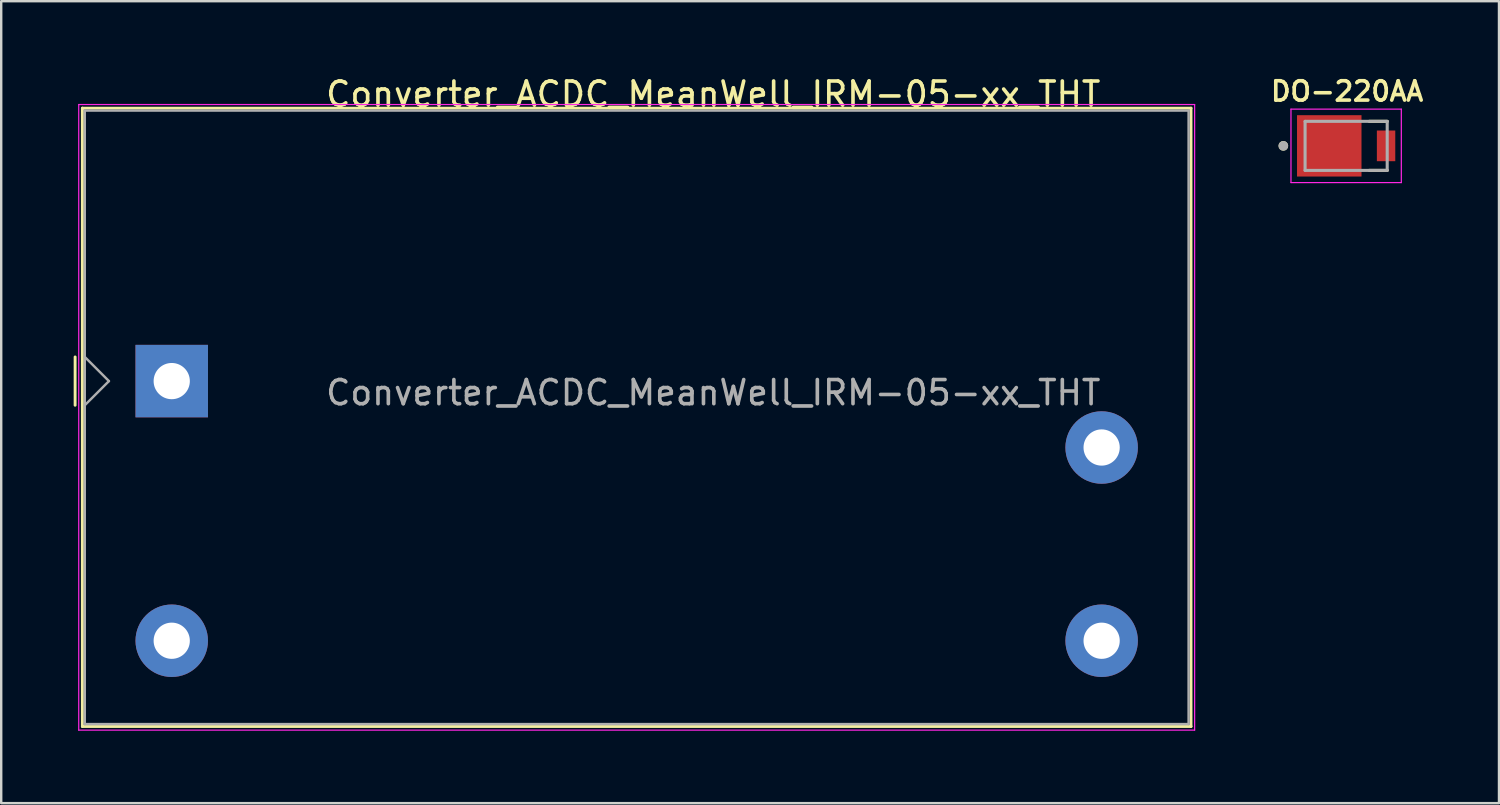
<source format=kicad_pcb>
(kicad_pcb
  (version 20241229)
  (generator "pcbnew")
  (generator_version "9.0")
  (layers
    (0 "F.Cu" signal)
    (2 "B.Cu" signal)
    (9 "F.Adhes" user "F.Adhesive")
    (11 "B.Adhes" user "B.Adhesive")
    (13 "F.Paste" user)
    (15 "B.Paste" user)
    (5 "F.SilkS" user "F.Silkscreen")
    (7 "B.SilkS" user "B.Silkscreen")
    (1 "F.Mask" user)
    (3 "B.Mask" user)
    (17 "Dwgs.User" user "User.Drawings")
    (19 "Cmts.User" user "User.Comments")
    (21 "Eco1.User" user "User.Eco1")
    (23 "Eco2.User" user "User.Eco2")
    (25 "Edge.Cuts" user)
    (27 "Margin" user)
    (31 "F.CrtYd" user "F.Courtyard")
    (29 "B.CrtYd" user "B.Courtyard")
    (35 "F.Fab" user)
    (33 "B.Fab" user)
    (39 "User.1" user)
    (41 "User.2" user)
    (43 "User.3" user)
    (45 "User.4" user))
  (footprint "DO-220AA"
    (layer "F.Cu")
    (at 52.683 2.989)
    (property "Reference" "DO-220AA" (at 0.04 -2.258 0) (layer "F.SilkS") (effects (font (size 0.8 0.8) (thickness 0.15))))
    (attr through_hole)
    (fp_line (start 0.957 1.015) (end 1.7 1.015) (stroke (width 0.127) (type solid)) (layer "F.SilkS"))
    (fp_line (start 1.7 -1.015) (end 0.957 -1.015) (stroke (width 0.127) (type solid)) (layer "F.SilkS"))
    (fp_circle (center -2.6 0) (end -2.5 0) (stroke (width 0.2) (type solid)) (fill no) (layer "F.SilkS"))
    (fp_poly (pts (xy -2.035 -0.6) (xy -2.035 0.45) (xy -2.035 0.6) (xy -1.4 0.6) (xy -1.4 1.015) (xy 0.55 1.015) (xy 0.55 -1.015) (xy -1.4 -1.015) (xy -1.4 -0.6)) (stroke (width 0.01) (type solid)) (fill yes) (layer "F.Paste"))
    (fp_line (start -2.284 -1.52) (end 2.284 -1.52) (stroke (width 0.05) (type solid)) (layer "F.CrtYd"))
    (fp_line (start -2.284 1.52) (end -2.284 -1.52) (stroke (width 0.05) (type solid)) (layer "F.CrtYd"))
    (fp_line (start 2.284 -1.52) (end 2.284 1.52) (stroke (width 0.05) (type solid)) (layer "F.CrtYd"))
    (fp_line (start 2.284 1.52) (end -2.284 1.52) (stroke (width 0.05) (type solid)) (layer "F.CrtYd"))
    (fp_line (start -1.7 -1.015) (end -1.7 1.015) (stroke (width 0.127) (type solid)) (layer "F.Fab"))
    (fp_line (start -1.7 1.015) (end 1.7 1.015) (stroke (width 0.127) (type solid)) (layer "F.Fab"))
    (fp_line (start 1.7 -1.015) (end -1.7 -1.015) (stroke (width 0.127) (type solid)) (layer "F.Fab"))
    (fp_line (start 1.7 1.015) (end 1.7 -1.015) (stroke (width 0.127) (type solid)) (layer "F.Fab"))
    (fp_circle (center -2.6 0) (end -2.5 0) (stroke (width 0.2) (type solid)) (fill no) (layer "F.Fab"))
    (pad "1" smd rect (at -0.699 0) (size 2.67 2.54) (layers "F.Cu" "F.Mask"))
    (pad "2" smd rect (at 1.653 0) (size 0.762 1.27) (layers "F.Cu" "F.Mask" "F.Paste")))
  (footprint "Converter_ACDC_MeanWell_IRM-05-xx_THT"
    (layer "F.Cu")
    (at 4.06 12.728)
    (property "Reference" "Converter_ACDC_MeanWell_IRM-05-xx_THT" (at 22.42 -11.88 0) (layer "F.SilkS") (effects (font (size 1 1) (thickness 0.15))))
    (attr through_hole)
    (fp_line (start -4 -1) (end -4 1) (stroke (width 0.12) (type solid)) (layer "F.SilkS"))
    (fp_line (start -3.7 -11.3) (end -3.7 14.3) (stroke (width 0.12) (type solid)) (layer "F.SilkS"))
    (fp_line (start -3.7 -11.3) (end 42.2 -11.3) (stroke (width 0.12) (type solid)) (layer "F.SilkS"))
    (fp_line (start -3.7 14.3) (end 42.2 14.3) (stroke (width 0.12) (type solid)) (layer "F.SilkS"))
    (fp_line (start 42.2 -11.3) (end 42.2 14.3) (stroke (width 0.12) (type solid)) (layer "F.SilkS"))
    (fp_line (start -3.85 -11.45) (end -3.85 14.45) (stroke (width 0.05) (type solid)) (layer "F.CrtYd"))
    (fp_line (start -3.85 -11.45) (end 42.35 -11.45) (stroke (width 0.05) (type solid)) (layer "F.CrtYd"))
    (fp_line (start -3.85 14.45) (end 42.35 14.45) (stroke (width 0.05) (type solid)) (layer "F.CrtYd"))
    (fp_line (start 42.35 -11.45) (end 42.35 14.45) (stroke (width 0.05) (type solid)) (layer "F.CrtYd"))
    (fp_line (start -3.6 -11.2) (end -3.6 14.2) (stroke (width 0.1) (type solid)) (layer "F.Fab"))
    (fp_line (start -3.6 14.2) (end 42.1 14.2) (stroke (width 0.1) (type solid)) (layer "F.Fab"))
    (fp_line (start -2.6 0) (end -3.6 -1) (stroke (width 0.1) (type solid)) (layer "F.Fab"))
    (fp_line (start -2.6 0) (end -3.6 1) (stroke (width 0.1) (type solid)) (layer "F.Fab"))
    (fp_line (start 42.1 -11.2) (end -3.6 -11.2) (stroke (width 0.1) (type solid)) (layer "F.Fab"))
    (fp_line (start 42.1 -11.2) (end 42.1 14.2) (stroke (width 0.1) (type solid)) (layer "F.Fab"))
    (fp_text user "${REFERENCE}" (at 22.42 0.48 0) (layer "F.Fab") (effects (font (size 1 1) (thickness 0.15))))
    (pad "1" thru_hole rect (at 0 0) (size 3 3) (drill 1.5) (layers "*.Cu" "*.Mask"))
    (pad "2" thru_hole circle (at 0 10.75) (size 3 3) (drill 1.5) (layers "*.Cu" "*.Mask"))
    (pad "3" thru_hole circle (at 38.5 10.75) (size 3 3) (drill 1.5) (layers "*.Cu" "*.Mask"))
    (pad "4" thru_hole circle (at 38.5 2.75) (size 3 3) (drill 1.5) (layers "*.Cu" "*.Mask")))
  (gr_rect
    (start -3 -3)
    (end 59.011 30.203)
    (stroke (width 0.1) (type default))
    (fill no)
    (layer "Edge.Cuts")))
</source>
